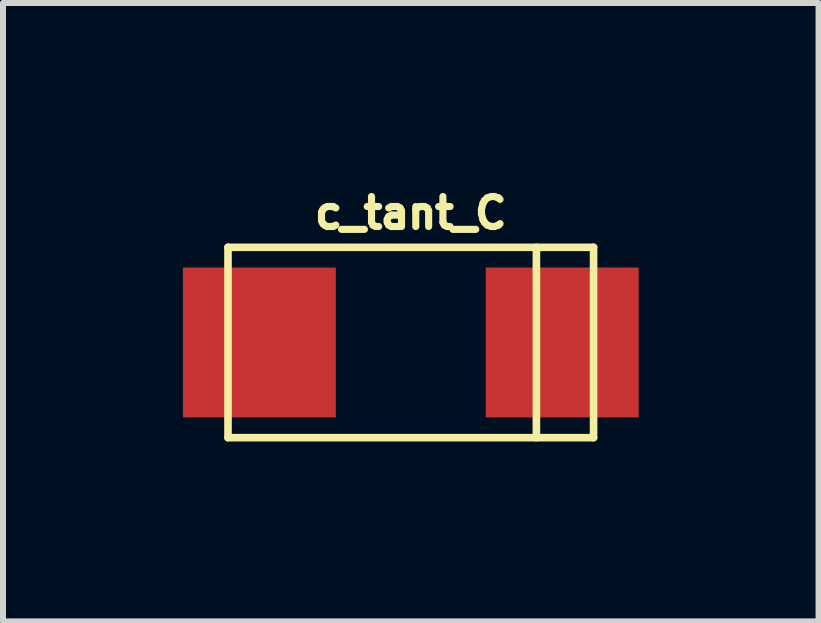
<source format=kicad_pcb>
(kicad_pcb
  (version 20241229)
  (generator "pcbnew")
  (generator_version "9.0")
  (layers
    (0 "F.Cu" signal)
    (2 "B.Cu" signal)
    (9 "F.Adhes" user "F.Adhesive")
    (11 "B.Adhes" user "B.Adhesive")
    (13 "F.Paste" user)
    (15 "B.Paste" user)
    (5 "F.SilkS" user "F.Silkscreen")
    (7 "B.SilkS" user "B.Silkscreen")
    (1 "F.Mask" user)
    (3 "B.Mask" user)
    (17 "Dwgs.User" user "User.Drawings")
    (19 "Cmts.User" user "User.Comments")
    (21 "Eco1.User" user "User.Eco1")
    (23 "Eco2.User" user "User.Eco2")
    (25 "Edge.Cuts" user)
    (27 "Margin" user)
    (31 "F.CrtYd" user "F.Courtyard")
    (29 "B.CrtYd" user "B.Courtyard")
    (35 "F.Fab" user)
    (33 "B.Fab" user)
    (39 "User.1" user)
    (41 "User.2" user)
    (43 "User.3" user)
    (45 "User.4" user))
  (footprint "c_tant_C"
    (layer "F.Cu")
    (at 3.8 2.661)
    (property "Reference" "c_tant_C" (at 0 -2.159 0) (layer "F.SilkS") (effects (font (size 0.5 0.5) (thickness 0.119))))
    (attr through_hole)
    (fp_line (start -3.048 -1.587) (end -3.048 1.587) (stroke (width 0.127) (type solid)) (layer "F.SilkS"))
    (fp_line (start -3.048 1.587) (end 3.048 1.587) (stroke (width 0.127) (type solid)) (layer "F.SilkS"))
    (fp_line (start 2.095 -1.587) (end 2.095 1.587) (stroke (width 0.127) (type solid)) (layer "F.SilkS"))
    (fp_line (start 3.048 -1.587) (end -3.048 -1.587) (stroke (width 0.127) (type solid)) (layer "F.SilkS"))
    (fp_line (start 3.048 1.587) (end 3.048 -1.587) (stroke (width 0.127) (type solid)) (layer "F.SilkS"))
    (pad "1" smd rect (at 2.525 0) (size 2.55 2.499) (layers "F.Cu" "F.Mask" "F.Paste"))
    (pad "2" smd rect (at -2.525 0) (size 2.55 2.499) (layers "F.Cu" "F.Mask" "F.Paste")))
  (gr_rect
    (start -3 -3)
    (end 10.6 7.312)
    (stroke (width 0.1) (type default))
    (fill no)
    (layer "Edge.Cuts")))
</source>
